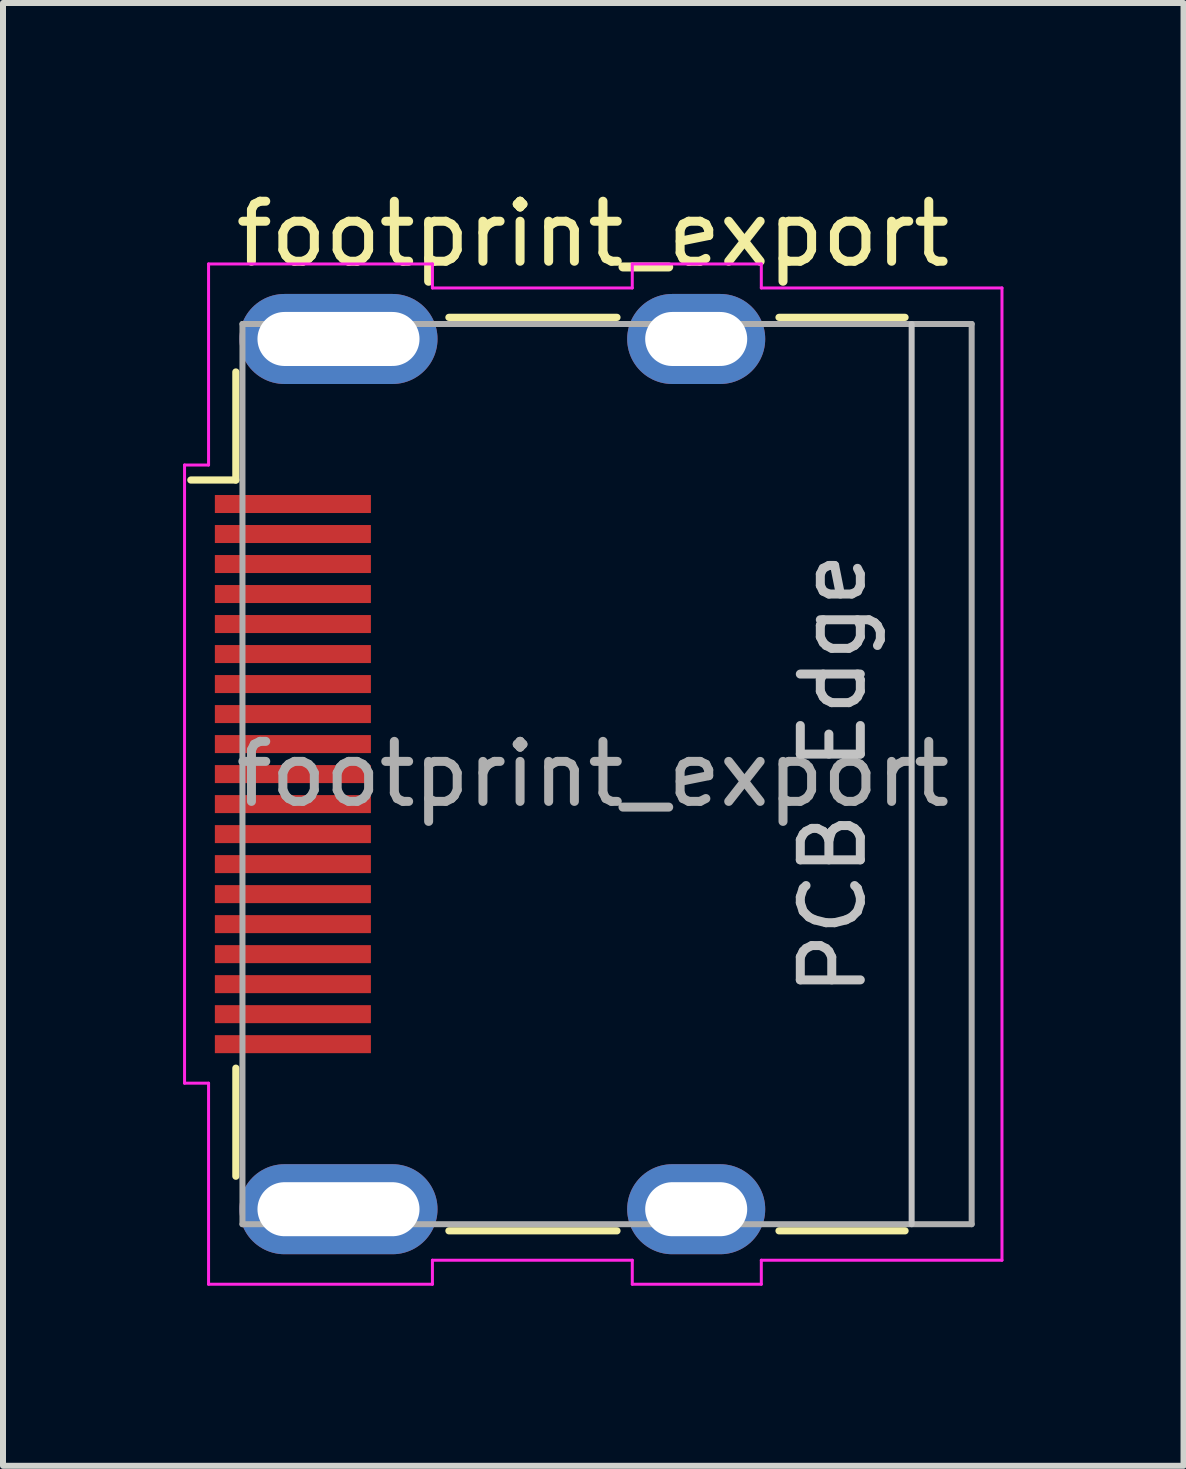
<source format=kicad_pcb>
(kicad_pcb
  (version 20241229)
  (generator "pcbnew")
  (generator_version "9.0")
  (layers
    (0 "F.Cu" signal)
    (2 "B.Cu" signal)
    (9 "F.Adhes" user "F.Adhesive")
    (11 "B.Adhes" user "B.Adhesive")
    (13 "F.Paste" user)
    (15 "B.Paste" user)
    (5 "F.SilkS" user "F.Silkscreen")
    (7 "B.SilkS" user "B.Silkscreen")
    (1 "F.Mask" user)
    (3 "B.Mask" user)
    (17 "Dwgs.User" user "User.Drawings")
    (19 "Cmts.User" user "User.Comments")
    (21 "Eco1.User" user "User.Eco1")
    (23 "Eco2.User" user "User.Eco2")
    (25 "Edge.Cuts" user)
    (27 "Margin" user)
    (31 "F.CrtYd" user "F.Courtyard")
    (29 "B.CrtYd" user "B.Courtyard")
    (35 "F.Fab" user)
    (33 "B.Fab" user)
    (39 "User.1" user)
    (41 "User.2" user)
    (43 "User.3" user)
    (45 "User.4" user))
  (footprint "footprint_export"
    (layer "F.Cu")
    (at 5.115 9.848)
    (property "Reference" "footprint_export" (at 1.715 -9 0) (layer "F.SilkS") (effects (font (size 1 1) (thickness 0.15))))
    (attr smd)
    (fp_line (start -4.985 -4.9) (end -4.235 -4.9) (stroke (width 0.12) (type solid)) (layer "F.SilkS"))
    (fp_line (start -4.235 -4.9) (end -4.235 -6.7) (stroke (width 0.12) (type solid)) (layer "F.SilkS"))
    (fp_line (start -4.235 6.7) (end -4.235 4.9) (stroke (width 0.12) (type solid)) (layer "F.SilkS"))
    (fp_line (start -0.685 -7.61) (end 2.115 -7.61) (stroke (width 0.12) (type solid)) (layer "F.SilkS"))
    (fp_line (start -0.685 7.61) (end 2.115 7.61) (stroke (width 0.12) (type solid)) (layer "F.SilkS"))
    (fp_line (start 4.815 -7.61) (end 6.915 -7.61) (stroke (width 0.12) (type solid)) (layer "F.SilkS"))
    (fp_line (start 4.815 7.61) (end 6.915 7.61) (stroke (width 0.12) (type solid)) (layer "F.SilkS"))
    (fp_line (start 7.025 -7.5) (end 7.025 7.5) (stroke (width 0.1) (type solid)) (layer "Dwgs.User"))
    (fp_line (start -5.09 5.15) (end -5.09 -5.15) (stroke (width 0.05) (type solid)) (layer "F.CrtYd"))
    (fp_line (start -4.69 -5.15) (end -5.09 -5.15) (stroke (width 0.05) (type solid)) (layer "F.CrtYd"))
    (fp_line (start -4.69 -5.15) (end -4.69 -8.5) (stroke (width 0.05) (type solid)) (layer "F.CrtYd"))
    (fp_line (start -4.69 5.15) (end -5.09 5.15) (stroke (width 0.05) (type solid)) (layer "F.CrtYd"))
    (fp_line (start -4.69 8.5) (end -4.69 5.15) (stroke (width 0.05) (type solid)) (layer "F.CrtYd"))
    (fp_line (start -0.96 -8.5) (end -4.69 -8.5) (stroke (width 0.05) (type solid)) (layer "F.CrtYd"))
    (fp_line (start -0.96 -8.1) (end -0.96 -8.5) (stroke (width 0.05) (type solid)) (layer "F.CrtYd"))
    (fp_line (start -0.96 8.5) (end -4.69 8.5) (stroke (width 0.05) (type solid)) (layer "F.CrtYd"))
    (fp_line (start -0.96 8.5) (end -0.96 8.1) (stroke (width 0.05) (type solid)) (layer "F.CrtYd"))
    (fp_line (start 2.37 -8.1) (end -0.96 -8.1) (stroke (width 0.05) (type solid)) (layer "F.CrtYd"))
    (fp_line (start 2.37 -8.1) (end 2.37 -8.5) (stroke (width 0.05) (type solid)) (layer "F.CrtYd"))
    (fp_line (start 2.37 8.1) (end -0.96 8.1) (stroke (width 0.05) (type solid)) (layer "F.CrtYd"))
    (fp_line (start 2.37 8.5) (end 2.37 8.1) (stroke (width 0.05) (type solid)) (layer "F.CrtYd"))
    (fp_line (start 4.52 -8.5) (end 2.37 -8.5) (stroke (width 0.05) (type solid)) (layer "F.CrtYd"))
    (fp_line (start 4.52 -8.1) (end 4.52 -8.5) (stroke (width 0.05) (type solid)) (layer "F.CrtYd"))
    (fp_line (start 4.52 8.5) (end 2.37 8.5) (stroke (width 0.05) (type solid)) (layer "F.CrtYd"))
    (fp_line (start 4.52 8.5) (end 4.52 8.1) (stroke (width 0.05) (type solid)) (layer "F.CrtYd"))
    (fp_line (start 8.53 -8.1) (end 4.52 -8.1) (stroke (width 0.05) (type solid)) (layer "F.CrtYd"))
    (fp_line (start 8.53 8.1) (end 4.52 8.1) (stroke (width 0.05) (type solid)) (layer "F.CrtYd"))
    (fp_line (start 8.53 8.1) (end 8.53 -8.1) (stroke (width 0.05) (type solid)) (layer "F.CrtYd"))
    (fp_line (start -4.125 -7.5) (end -4.125 7.5) (stroke (width 0.1) (type solid)) (layer "F.Fab"))
    (fp_line (start -4.125 -7.5) (end 8.025 -7.5) (stroke (width 0.1) (type solid)) (layer "F.Fab"))
    (fp_line (start -4.125 7.5) (end 8.025 7.5) (stroke (width 0.1) (type solid)) (layer "F.Fab"))
    (fp_line (start 8.025 -7.5) (end 8.025 7.5) (stroke (width 0.1) (type solid)) (layer "F.Fab"))
    (fp_text user "PCB Edge" (at 5.715 0 90) (layer "Dwgs.User") (effects (font (size 1 1) (thickness 0.15))))
    (fp_text user "${REFERENCE}" (at 1.715 0 0) (layer "F.Fab") (effects (font (size 1 1) (thickness 0.15))))
    (pad "1" smd rect (at -3.285 -4.5) (size 2.6 0.3) (layers "F.Cu" "F.Mask" "F.Paste"))
    (pad "2" smd rect (at -3.285 -4) (size 2.6 0.3) (layers "F.Cu" "F.Mask" "F.Paste"))
    (pad "3" smd rect (at -3.285 -3.5) (size 2.6 0.3) (layers "F.Cu" "F.Mask" "F.Paste"))
    (pad "4" smd rect (at -3.285 -3) (size 2.6 0.3) (layers "F.Cu" "F.Mask" "F.Paste"))
    (pad "5" smd rect (at -3.285 -2.5) (size 2.6 0.3) (layers "F.Cu" "F.Mask" "F.Paste"))
    (pad "6" smd rect (at -3.285 -2) (size 2.6 0.3) (layers "F.Cu" "F.Mask" "F.Paste"))
    (pad "7" smd rect (at -3.285 -1.5) (size 2.6 0.3) (layers "F.Cu" "F.Mask" "F.Paste"))
    (pad "8" smd rect (at -3.285 -1) (size 2.6 0.3) (layers "F.Cu" "F.Mask" "F.Paste"))
    (pad "9" smd rect (at -3.285 -0.5) (size 2.6 0.3) (layers "F.Cu" "F.Mask" "F.Paste"))
    (pad "10" smd rect (at -3.285 0) (size 2.6 0.3) (layers "F.Cu" "F.Mask" "F.Paste"))
    (pad "11" smd rect (at -3.285 0.5) (size 2.6 0.3) (layers "F.Cu" "F.Mask" "F.Paste"))
    (pad "12" smd rect (at -3.285 1) (size 2.6 0.3) (layers "F.Cu" "F.Mask" "F.Paste"))
    (pad "13" smd rect (at -3.285 1.5) (size 2.6 0.3) (layers "F.Cu" "F.Mask" "F.Paste"))
    (pad "14" smd rect (at -3.285 2) (size 2.6 0.3) (layers "F.Cu" "F.Mask" "F.Paste"))
    (pad "15" smd rect (at -3.285 2.5) (size 2.6 0.3) (layers "F.Cu" "F.Mask" "F.Paste"))
    (pad "16" smd rect (at -3.285 3) (size 2.6 0.3) (layers "F.Cu" "F.Mask" "F.Paste"))
    (pad "17" smd rect (at -3.285 3.5) (size 2.6 0.3) (layers "F.Cu" "F.Mask" "F.Paste"))
    (pad "18" smd rect (at -3.285 4) (size 2.6 0.3) (layers "F.Cu" "F.Mask" "F.Paste"))
    (pad "19" smd rect (at -3.285 4.5) (size 2.6 0.3) (layers "F.Cu" "F.Mask" "F.Paste"))
    (pad "SH" thru_hole oval (at -2.525 -7.25) (size 3.3 1.5) (drill oval 2.7 0.9) (layers "*.Cu" "*.Mask"))
    (pad "SH" thru_hole oval (at -2.525 7.25) (size 3.3 1.5) (drill oval 2.7 0.9) (layers "*.Cu" "*.Mask"))
    (pad "SH" thru_hole oval (at 3.435 -7.25) (size 2.3 1.5) (drill oval 1.7 0.9) (layers "*.Cu" "*.Mask"))
    (pad "SH" thru_hole oval (at 3.435 7.25) (size 2.3 1.5) (drill oval 1.7 0.9) (layers "*.Cu" "*.Mask")))
  (gr_rect
    (start -3 -3)
    (end 16.67 21.373)
    (stroke (width 0.1) (type default))
    (fill no)
    (layer "Edge.Cuts")))
</source>
